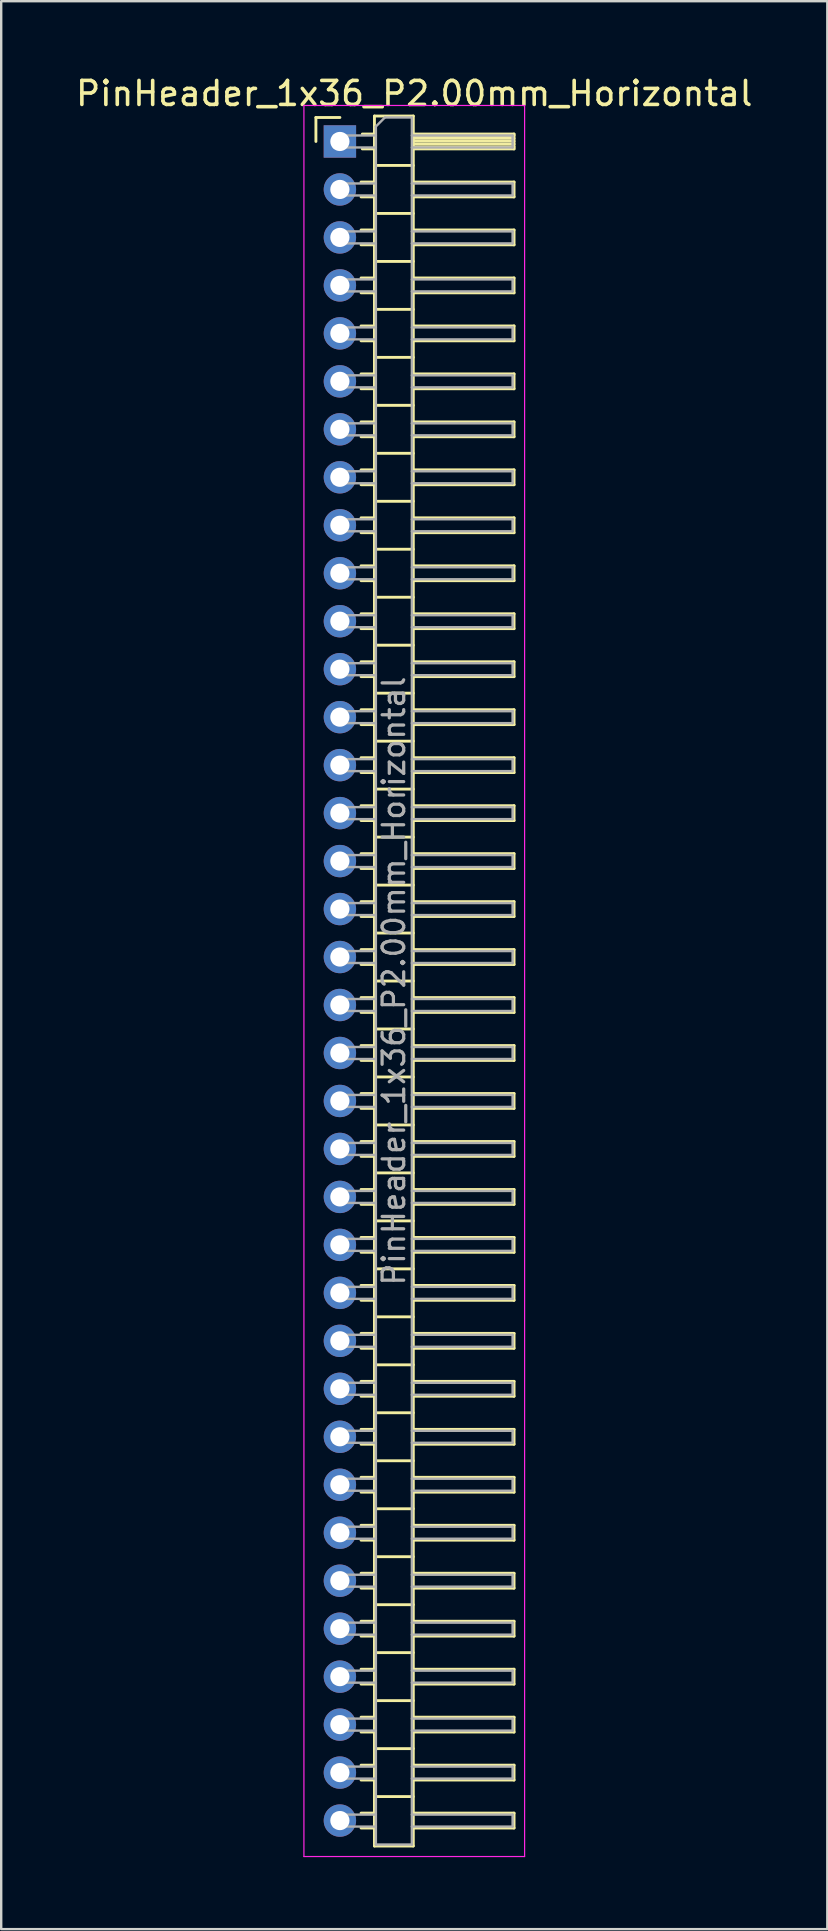
<source format=kicad_pcb>
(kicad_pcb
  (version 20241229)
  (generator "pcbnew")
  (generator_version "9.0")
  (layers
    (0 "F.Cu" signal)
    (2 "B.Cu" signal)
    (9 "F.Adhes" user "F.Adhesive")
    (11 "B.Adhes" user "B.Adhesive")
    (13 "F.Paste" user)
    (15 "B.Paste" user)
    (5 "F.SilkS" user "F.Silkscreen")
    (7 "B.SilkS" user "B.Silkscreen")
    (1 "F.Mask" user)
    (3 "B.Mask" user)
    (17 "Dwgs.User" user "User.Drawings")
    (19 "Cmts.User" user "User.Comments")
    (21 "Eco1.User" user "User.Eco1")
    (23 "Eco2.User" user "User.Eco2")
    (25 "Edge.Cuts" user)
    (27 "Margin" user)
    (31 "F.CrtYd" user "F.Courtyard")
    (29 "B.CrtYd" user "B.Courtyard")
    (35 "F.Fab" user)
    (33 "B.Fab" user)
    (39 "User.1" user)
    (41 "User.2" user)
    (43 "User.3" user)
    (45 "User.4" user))
  (footprint "PinHeader_1x36_P2.00mm_Horizontal"
    (layer "F.Cu")
    (at 11.12 2.848)
    (property "Reference" "PinHeader_1x36_P2.00mm_Horizontal" (at 3.1 -2 0) (layer "F.SilkS") (effects (font (size 1 1) (thickness 0.15))))
    (attr through_hole)
    (fp_line (start -1 -1) (end 0 -1) (stroke (width 0.12) (type solid)) (layer "F.SilkS"))
    (fp_line (start -1 0) (end -1 -1) (stroke (width 0.12) (type solid)) (layer "F.SilkS"))
    (fp_line (start 0.882 1.69) (end 1.44 1.69) (stroke (width 0.12) (type solid)) (layer "F.SilkS"))
    (fp_line (start 0.882 2.31) (end 1.44 2.31) (stroke (width 0.12) (type solid)) (layer "F.SilkS"))
    (fp_line (start 0.882 3.69) (end 1.44 3.69) (stroke (width 0.12) (type solid)) (layer "F.SilkS"))
    (fp_line (start 0.882 4.31) (end 1.44 4.31) (stroke (width 0.12) (type solid)) (layer "F.SilkS"))
    (fp_line (start 0.882 5.69) (end 1.44 5.69) (stroke (width 0.12) (type solid)) (layer "F.SilkS"))
    (fp_line (start 0.882 6.31) (end 1.44 6.31) (stroke (width 0.12) (type solid)) (layer "F.SilkS"))
    (fp_line (start 0.882 7.69) (end 1.44 7.69) (stroke (width 0.12) (type solid)) (layer "F.SilkS"))
    (fp_line (start 0.882 8.31) (end 1.44 8.31) (stroke (width 0.12) (type solid)) (layer "F.SilkS"))
    (fp_line (start 0.882 9.69) (end 1.44 9.69) (stroke (width 0.12) (type solid)) (layer "F.SilkS"))
    (fp_line (start 0.882 10.31) (end 1.44 10.31) (stroke (width 0.12) (type solid)) (layer "F.SilkS"))
    (fp_line (start 0.882 11.69) (end 1.44 11.69) (stroke (width 0.12) (type solid)) (layer "F.SilkS"))
    (fp_line (start 0.882 12.31) (end 1.44 12.31) (stroke (width 0.12) (type solid)) (layer "F.SilkS"))
    (fp_line (start 0.882 13.69) (end 1.44 13.69) (stroke (width 0.12) (type solid)) (layer "F.SilkS"))
    (fp_line (start 0.882 14.31) (end 1.44 14.31) (stroke (width 0.12) (type solid)) (layer "F.SilkS"))
    (fp_line (start 0.882 15.69) (end 1.44 15.69) (stroke (width 0.12) (type solid)) (layer "F.SilkS"))
    (fp_line (start 0.882 16.31) (end 1.44 16.31) (stroke (width 0.12) (type solid)) (layer "F.SilkS"))
    (fp_line (start 0.882 17.69) (end 1.44 17.69) (stroke (width 0.12) (type solid)) (layer "F.SilkS"))
    (fp_line (start 0.882 18.31) (end 1.44 18.31) (stroke (width 0.12) (type solid)) (layer "F.SilkS"))
    (fp_line (start 0.882 19.69) (end 1.44 19.69) (stroke (width 0.12) (type solid)) (layer "F.SilkS"))
    (fp_line (start 0.882 20.31) (end 1.44 20.31) (stroke (width 0.12) (type solid)) (layer "F.SilkS"))
    (fp_line (start 0.882 21.69) (end 1.44 21.69) (stroke (width 0.12) (type solid)) (layer "F.SilkS"))
    (fp_line (start 0.882 22.31) (end 1.44 22.31) (stroke (width 0.12) (type solid)) (layer "F.SilkS"))
    (fp_line (start 0.882 23.69) (end 1.44 23.69) (stroke (width 0.12) (type solid)) (layer "F.SilkS"))
    (fp_line (start 0.882 24.31) (end 1.44 24.31) (stroke (width 0.12) (type solid)) (layer "F.SilkS"))
    (fp_line (start 0.882 25.69) (end 1.44 25.69) (stroke (width 0.12) (type solid)) (layer "F.SilkS"))
    (fp_line (start 0.882 26.31) (end 1.44 26.31) (stroke (width 0.12) (type solid)) (layer "F.SilkS"))
    (fp_line (start 0.882 27.69) (end 1.44 27.69) (stroke (width 0.12) (type solid)) (layer "F.SilkS"))
    (fp_line (start 0.882 28.31) (end 1.44 28.31) (stroke (width 0.12) (type solid)) (layer "F.SilkS"))
    (fp_line (start 0.882 29.69) (end 1.44 29.69) (stroke (width 0.12) (type solid)) (layer "F.SilkS"))
    (fp_line (start 0.882 30.31) (end 1.44 30.31) (stroke (width 0.12) (type solid)) (layer "F.SilkS"))
    (fp_line (start 0.882 31.69) (end 1.44 31.69) (stroke (width 0.12) (type solid)) (layer "F.SilkS"))
    (fp_line (start 0.882 32.31) (end 1.44 32.31) (stroke (width 0.12) (type solid)) (layer "F.SilkS"))
    (fp_line (start 0.882 33.69) (end 1.44 33.69) (stroke (width 0.12) (type solid)) (layer "F.SilkS"))
    (fp_line (start 0.882 34.31) (end 1.44 34.31) (stroke (width 0.12) (type solid)) (layer "F.SilkS"))
    (fp_line (start 0.882 35.69) (end 1.44 35.69) (stroke (width 0.12) (type solid)) (layer "F.SilkS"))
    (fp_line (start 0.882 36.31) (end 1.44 36.31) (stroke (width 0.12) (type solid)) (layer "F.SilkS"))
    (fp_line (start 0.882 37.69) (end 1.44 37.69) (stroke (width 0.12) (type solid)) (layer "F.SilkS"))
    (fp_line (start 0.882 38.31) (end 1.44 38.31) (stroke (width 0.12) (type solid)) (layer "F.SilkS"))
    (fp_line (start 0.882 39.69) (end 1.44 39.69) (stroke (width 0.12) (type solid)) (layer "F.SilkS"))
    (fp_line (start 0.882 40.31) (end 1.44 40.31) (stroke (width 0.12) (type solid)) (layer "F.SilkS"))
    (fp_line (start 0.882 41.69) (end 1.44 41.69) (stroke (width 0.12) (type solid)) (layer "F.SilkS"))
    (fp_line (start 0.882 42.31) (end 1.44 42.31) (stroke (width 0.12) (type solid)) (layer "F.SilkS"))
    (fp_line (start 0.882 43.69) (end 1.44 43.69) (stroke (width 0.12) (type solid)) (layer "F.SilkS"))
    (fp_line (start 0.882 44.31) (end 1.44 44.31) (stroke (width 0.12) (type solid)) (layer "F.SilkS"))
    (fp_line (start 0.882 45.69) (end 1.44 45.69) (stroke (width 0.12) (type solid)) (layer "F.SilkS"))
    (fp_line (start 0.882 46.31) (end 1.44 46.31) (stroke (width 0.12) (type solid)) (layer "F.SilkS"))
    (fp_line (start 0.882 47.69) (end 1.44 47.69) (stroke (width 0.12) (type solid)) (layer "F.SilkS"))
    (fp_line (start 0.882 48.31) (end 1.44 48.31) (stroke (width 0.12) (type solid)) (layer "F.SilkS"))
    (fp_line (start 0.882 49.69) (end 1.44 49.69) (stroke (width 0.12) (type solid)) (layer "F.SilkS"))
    (fp_line (start 0.882 50.31) (end 1.44 50.31) (stroke (width 0.12) (type solid)) (layer "F.SilkS"))
    (fp_line (start 0.882 51.69) (end 1.44 51.69) (stroke (width 0.12) (type solid)) (layer "F.SilkS"))
    (fp_line (start 0.882 52.31) (end 1.44 52.31) (stroke (width 0.12) (type solid)) (layer "F.SilkS"))
    (fp_line (start 0.882 53.69) (end 1.44 53.69) (stroke (width 0.12) (type solid)) (layer "F.SilkS"))
    (fp_line (start 0.882 54.31) (end 1.44 54.31) (stroke (width 0.12) (type solid)) (layer "F.SilkS"))
    (fp_line (start 0.882 55.69) (end 1.44 55.69) (stroke (width 0.12) (type solid)) (layer "F.SilkS"))
    (fp_line (start 0.882 56.31) (end 1.44 56.31) (stroke (width 0.12) (type solid)) (layer "F.SilkS"))
    (fp_line (start 0.882 57.69) (end 1.44 57.69) (stroke (width 0.12) (type solid)) (layer "F.SilkS"))
    (fp_line (start 0.882 58.31) (end 1.44 58.31) (stroke (width 0.12) (type solid)) (layer "F.SilkS"))
    (fp_line (start 0.882 59.69) (end 1.44 59.69) (stroke (width 0.12) (type solid)) (layer "F.SilkS"))
    (fp_line (start 0.882 60.31) (end 1.44 60.31) (stroke (width 0.12) (type solid)) (layer "F.SilkS"))
    (fp_line (start 0.882 61.69) (end 1.44 61.69) (stroke (width 0.12) (type solid)) (layer "F.SilkS"))
    (fp_line (start 0.882 62.31) (end 1.44 62.31) (stroke (width 0.12) (type solid)) (layer "F.SilkS"))
    (fp_line (start 0.882 63.69) (end 1.44 63.69) (stroke (width 0.12) (type solid)) (layer "F.SilkS"))
    (fp_line (start 0.882 64.31) (end 1.44 64.31) (stroke (width 0.12) (type solid)) (layer "F.SilkS"))
    (fp_line (start 0.882 65.69) (end 1.44 65.69) (stroke (width 0.12) (type solid)) (layer "F.SilkS"))
    (fp_line (start 0.882 66.31) (end 1.44 66.31) (stroke (width 0.12) (type solid)) (layer "F.SilkS"))
    (fp_line (start 0.882 67.69) (end 1.44 67.69) (stroke (width 0.12) (type solid)) (layer "F.SilkS"))
    (fp_line (start 0.882 68.31) (end 1.44 68.31) (stroke (width 0.12) (type solid)) (layer "F.SilkS"))
    (fp_line (start 0.882 69.69) (end 1.44 69.69) (stroke (width 0.12) (type solid)) (layer "F.SilkS"))
    (fp_line (start 0.882 70.31) (end 1.44 70.31) (stroke (width 0.12) (type solid)) (layer "F.SilkS"))
    (fp_line (start 0.935 -0.31) (end 1.44 -0.31) (stroke (width 0.12) (type solid)) (layer "F.SilkS"))
    (fp_line (start 0.935 0.31) (end 1.44 0.31) (stroke (width 0.12) (type solid)) (layer "F.SilkS"))
    (fp_line (start 1.44 -1.06) (end 1.44 71.06) (stroke (width 0.12) (type solid)) (layer "F.SilkS"))
    (fp_line (start 1.44 1) (end 3.06 1) (stroke (width 0.12) (type solid)) (layer "F.SilkS"))
    (fp_line (start 1.44 3) (end 3.06 3) (stroke (width 0.12) (type solid)) (layer "F.SilkS"))
    (fp_line (start 1.44 5) (end 3.06 5) (stroke (width 0.12) (type solid)) (layer "F.SilkS"))
    (fp_line (start 1.44 7) (end 3.06 7) (stroke (width 0.12) (type solid)) (layer "F.SilkS"))
    (fp_line (start 1.44 9) (end 3.06 9) (stroke (width 0.12) (type solid)) (layer "F.SilkS"))
    (fp_line (start 1.44 11) (end 3.06 11) (stroke (width 0.12) (type solid)) (layer "F.SilkS"))
    (fp_line (start 1.44 13) (end 3.06 13) (stroke (width 0.12) (type solid)) (layer "F.SilkS"))
    (fp_line (start 1.44 15) (end 3.06 15) (stroke (width 0.12) (type solid)) (layer "F.SilkS"))
    (fp_line (start 1.44 17) (end 3.06 17) (stroke (width 0.12) (type solid)) (layer "F.SilkS"))
    (fp_line (start 1.44 19) (end 3.06 19) (stroke (width 0.12) (type solid)) (layer "F.SilkS"))
    (fp_line (start 1.44 21) (end 3.06 21) (stroke (width 0.12) (type solid)) (layer "F.SilkS"))
    (fp_line (start 1.44 23) (end 3.06 23) (stroke (width 0.12) (type solid)) (layer "F.SilkS"))
    (fp_line (start 1.44 25) (end 3.06 25) (stroke (width 0.12) (type solid)) (layer "F.SilkS"))
    (fp_line (start 1.44 27) (end 3.06 27) (stroke (width 0.12) (type solid)) (layer "F.SilkS"))
    (fp_line (start 1.44 29) (end 3.06 29) (stroke (width 0.12) (type solid)) (layer "F.SilkS"))
    (fp_line (start 1.44 31) (end 3.06 31) (stroke (width 0.12) (type solid)) (layer "F.SilkS"))
    (fp_line (start 1.44 33) (end 3.06 33) (stroke (width 0.12) (type solid)) (layer "F.SilkS"))
    (fp_line (start 1.44 35) (end 3.06 35) (stroke (width 0.12) (type solid)) (layer "F.SilkS"))
    (fp_line (start 1.44 37) (end 3.06 37) (stroke (width 0.12) (type solid)) (layer "F.SilkS"))
    (fp_line (start 1.44 39) (end 3.06 39) (stroke (width 0.12) (type solid)) (layer "F.SilkS"))
    (fp_line (start 1.44 41) (end 3.06 41) (stroke (width 0.12) (type solid)) (layer "F.SilkS"))
    (fp_line (start 1.44 43) (end 3.06 43) (stroke (width 0.12) (type solid)) (layer "F.SilkS"))
    (fp_line (start 1.44 45) (end 3.06 45) (stroke (width 0.12) (type solid)) (layer "F.SilkS"))
    (fp_line (start 1.44 47) (end 3.06 47) (stroke (width 0.12) (type solid)) (layer "F.SilkS"))
    (fp_line (start 1.44 49) (end 3.06 49) (stroke (width 0.12) (type solid)) (layer "F.SilkS"))
    (fp_line (start 1.44 51) (end 3.06 51) (stroke (width 0.12) (type solid)) (layer "F.SilkS"))
    (fp_line (start 1.44 53) (end 3.06 53) (stroke (width 0.12) (type solid)) (layer "F.SilkS"))
    (fp_line (start 1.44 55) (end 3.06 55) (stroke (width 0.12) (type solid)) (layer "F.SilkS"))
    (fp_line (start 1.44 57) (end 3.06 57) (stroke (width 0.12) (type solid)) (layer "F.SilkS"))
    (fp_line (start 1.44 59) (end 3.06 59) (stroke (width 0.12) (type solid)) (layer "F.SilkS"))
    (fp_line (start 1.44 61) (end 3.06 61) (stroke (width 0.12) (type solid)) (layer "F.SilkS"))
    (fp_line (start 1.44 63) (end 3.06 63) (stroke (width 0.12) (type solid)) (layer "F.SilkS"))
    (fp_line (start 1.44 65) (end 3.06 65) (stroke (width 0.12) (type solid)) (layer "F.SilkS"))
    (fp_line (start 1.44 67) (end 3.06 67) (stroke (width 0.12) (type solid)) (layer "F.SilkS"))
    (fp_line (start 1.44 69) (end 3.06 69) (stroke (width 0.12) (type solid)) (layer "F.SilkS"))
    (fp_line (start 1.44 71.06) (end 3.06 71.06) (stroke (width 0.12) (type solid)) (layer "F.SilkS"))
    (fp_line (start 3.06 -1.06) (end 1.44 -1.06) (stroke (width 0.12) (type solid)) (layer "F.SilkS"))
    (fp_line (start 3.06 -0.31) (end 7.26 -0.31) (stroke (width 0.12) (type solid)) (layer "F.SilkS"))
    (fp_line (start 3.06 -0.25) (end 7.26 -0.25) (stroke (width 0.12) (type solid)) (layer "F.SilkS"))
    (fp_line (start 3.06 -0.13) (end 7.26 -0.13) (stroke (width 0.12) (type solid)) (layer "F.SilkS"))
    (fp_line (start 3.06 -0.01) (end 7.26 -0.01) (stroke (width 0.12) (type solid)) (layer "F.SilkS"))
    (fp_line (start 3.06 0.11) (end 7.26 0.11) (stroke (width 0.12) (type solid)) (layer "F.SilkS"))
    (fp_line (start 3.06 0.23) (end 7.26 0.23) (stroke (width 0.12) (type solid)) (layer "F.SilkS"))
    (fp_line (start 3.06 1.69) (end 7.26 1.69) (stroke (width 0.12) (type solid)) (layer "F.SilkS"))
    (fp_line (start 3.06 3.69) (end 7.26 3.69) (stroke (width 0.12) (type solid)) (layer "F.SilkS"))
    (fp_line (start 3.06 5.69) (end 7.26 5.69) (stroke (width 0.12) (type solid)) (layer "F.SilkS"))
    (fp_line (start 3.06 7.69) (end 7.26 7.69) (stroke (width 0.12) (type solid)) (layer "F.SilkS"))
    (fp_line (start 3.06 9.69) (end 7.26 9.69) (stroke (width 0.12) (type solid)) (layer "F.SilkS"))
    (fp_line (start 3.06 11.69) (end 7.26 11.69) (stroke (width 0.12) (type solid)) (layer "F.SilkS"))
    (fp_line (start 3.06 13.69) (end 7.26 13.69) (stroke (width 0.12) (type solid)) (layer "F.SilkS"))
    (fp_line (start 3.06 15.69) (end 7.26 15.69) (stroke (width 0.12) (type solid)) (layer "F.SilkS"))
    (fp_line (start 3.06 17.69) (end 7.26 17.69) (stroke (width 0.12) (type solid)) (layer "F.SilkS"))
    (fp_line (start 3.06 19.69) (end 7.26 19.69) (stroke (width 0.12) (type solid)) (layer "F.SilkS"))
    (fp_line (start 3.06 21.69) (end 7.26 21.69) (stroke (width 0.12) (type solid)) (layer "F.SilkS"))
    (fp_line (start 3.06 23.69) (end 7.26 23.69) (stroke (width 0.12) (type solid)) (layer "F.SilkS"))
    (fp_line (start 3.06 25.69) (end 7.26 25.69) (stroke (width 0.12) (type solid)) (layer "F.SilkS"))
    (fp_line (start 3.06 27.69) (end 7.26 27.69) (stroke (width 0.12) (type solid)) (layer "F.SilkS"))
    (fp_line (start 3.06 29.69) (end 7.26 29.69) (stroke (width 0.12) (type solid)) (layer "F.SilkS"))
    (fp_line (start 3.06 31.69) (end 7.26 31.69) (stroke (width 0.12) (type solid)) (layer "F.SilkS"))
    (fp_line (start 3.06 33.69) (end 7.26 33.69) (stroke (width 0.12) (type solid)) (layer "F.SilkS"))
    (fp_line (start 3.06 35.69) (end 7.26 35.69) (stroke (width 0.12) (type solid)) (layer "F.SilkS"))
    (fp_line (start 3.06 37.69) (end 7.26 37.69) (stroke (width 0.12) (type solid)) (layer "F.SilkS"))
    (fp_line (start 3.06 39.69) (end 7.26 39.69) (stroke (width 0.12) (type solid)) (layer "F.SilkS"))
    (fp_line (start 3.06 41.69) (end 7.26 41.69) (stroke (width 0.12) (type solid)) (layer "F.SilkS"))
    (fp_line (start 3.06 43.69) (end 7.26 43.69) (stroke (width 0.12) (type solid)) (layer "F.SilkS"))
    (fp_line (start 3.06 45.69) (end 7.26 45.69) (stroke (width 0.12) (type solid)) (layer "F.SilkS"))
    (fp_line (start 3.06 47.69) (end 7.26 47.69) (stroke (width 0.12) (type solid)) (layer "F.SilkS"))
    (fp_line (start 3.06 49.69) (end 7.26 49.69) (stroke (width 0.12) (type solid)) (layer "F.SilkS"))
    (fp_line (start 3.06 51.69) (end 7.26 51.69) (stroke (width 0.12) (type solid)) (layer "F.SilkS"))
    (fp_line (start 3.06 53.69) (end 7.26 53.69) (stroke (width 0.12) (type solid)) (layer "F.SilkS"))
    (fp_line (start 3.06 55.69) (end 7.26 55.69) (stroke (width 0.12) (type solid)) (layer "F.SilkS"))
    (fp_line (start 3.06 57.69) (end 7.26 57.69) (stroke (width 0.12) (type solid)) (layer "F.SilkS"))
    (fp_line (start 3.06 59.69) (end 7.26 59.69) (stroke (width 0.12) (type solid)) (layer "F.SilkS"))
    (fp_line (start 3.06 61.69) (end 7.26 61.69) (stroke (width 0.12) (type solid)) (layer "F.SilkS"))
    (fp_line (start 3.06 63.69) (end 7.26 63.69) (stroke (width 0.12) (type solid)) (layer "F.SilkS"))
    (fp_line (start 3.06 65.69) (end 7.26 65.69) (stroke (width 0.12) (type solid)) (layer "F.SilkS"))
    (fp_line (start 3.06 67.69) (end 7.26 67.69) (stroke (width 0.12) (type solid)) (layer "F.SilkS"))
    (fp_line (start 3.06 69.69) (end 7.26 69.69) (stroke (width 0.12) (type solid)) (layer "F.SilkS"))
    (fp_line (start 3.06 71.06) (end 3.06 -1.06) (stroke (width 0.12) (type solid)) (layer "F.SilkS"))
    (fp_line (start 7.26 -0.31) (end 7.26 0.31) (stroke (width 0.12) (type solid)) (layer "F.SilkS"))
    (fp_line (start 7.26 0.31) (end 3.06 0.31) (stroke (width 0.12) (type solid)) (layer "F.SilkS"))
    (fp_line (start 7.26 1.69) (end 7.26 2.31) (stroke (width 0.12) (type solid)) (layer "F.SilkS"))
    (fp_line (start 7.26 2.31) (end 3.06 2.31) (stroke (width 0.12) (type solid)) (layer "F.SilkS"))
    (fp_line (start 7.26 3.69) (end 7.26 4.31) (stroke (width 0.12) (type solid)) (layer "F.SilkS"))
    (fp_line (start 7.26 4.31) (end 3.06 4.31) (stroke (width 0.12) (type solid)) (layer "F.SilkS"))
    (fp_line (start 7.26 5.69) (end 7.26 6.31) (stroke (width 0.12) (type solid)) (layer "F.SilkS"))
    (fp_line (start 7.26 6.31) (end 3.06 6.31) (stroke (width 0.12) (type solid)) (layer "F.SilkS"))
    (fp_line (start 7.26 7.69) (end 7.26 8.31) (stroke (width 0.12) (type solid)) (layer "F.SilkS"))
    (fp_line (start 7.26 8.31) (end 3.06 8.31) (stroke (width 0.12) (type solid)) (layer "F.SilkS"))
    (fp_line (start 7.26 9.69) (end 7.26 10.31) (stroke (width 0.12) (type solid)) (layer "F.SilkS"))
    (fp_line (start 7.26 10.31) (end 3.06 10.31) (stroke (width 0.12) (type solid)) (layer "F.SilkS"))
    (fp_line (start 7.26 11.69) (end 7.26 12.31) (stroke (width 0.12) (type solid)) (layer "F.SilkS"))
    (fp_line (start 7.26 12.31) (end 3.06 12.31) (stroke (width 0.12) (type solid)) (layer "F.SilkS"))
    (fp_line (start 7.26 13.69) (end 7.26 14.31) (stroke (width 0.12) (type solid)) (layer "F.SilkS"))
    (fp_line (start 7.26 14.31) (end 3.06 14.31) (stroke (width 0.12) (type solid)) (layer "F.SilkS"))
    (fp_line (start 7.26 15.69) (end 7.26 16.31) (stroke (width 0.12) (type solid)) (layer "F.SilkS"))
    (fp_line (start 7.26 16.31) (end 3.06 16.31) (stroke (width 0.12) (type solid)) (layer "F.SilkS"))
    (fp_line (start 7.26 17.69) (end 7.26 18.31) (stroke (width 0.12) (type solid)) (layer "F.SilkS"))
    (fp_line (start 7.26 18.31) (end 3.06 18.31) (stroke (width 0.12) (type solid)) (layer "F.SilkS"))
    (fp_line (start 7.26 19.69) (end 7.26 20.31) (stroke (width 0.12) (type solid)) (layer "F.SilkS"))
    (fp_line (start 7.26 20.31) (end 3.06 20.31) (stroke (width 0.12) (type solid)) (layer "F.SilkS"))
    (fp_line (start 7.26 21.69) (end 7.26 22.31) (stroke (width 0.12) (type solid)) (layer "F.SilkS"))
    (fp_line (start 7.26 22.31) (end 3.06 22.31) (stroke (width 0.12) (type solid)) (layer "F.SilkS"))
    (fp_line (start 7.26 23.69) (end 7.26 24.31) (stroke (width 0.12) (type solid)) (layer "F.SilkS"))
    (fp_line (start 7.26 24.31) (end 3.06 24.31) (stroke (width 0.12) (type solid)) (layer "F.SilkS"))
    (fp_line (start 7.26 25.69) (end 7.26 26.31) (stroke (width 0.12) (type solid)) (layer "F.SilkS"))
    (fp_line (start 7.26 26.31) (end 3.06 26.31) (stroke (width 0.12) (type solid)) (layer "F.SilkS"))
    (fp_line (start 7.26 27.69) (end 7.26 28.31) (stroke (width 0.12) (type solid)) (layer "F.SilkS"))
    (fp_line (start 7.26 28.31) (end 3.06 28.31) (stroke (width 0.12) (type solid)) (layer "F.SilkS"))
    (fp_line (start 7.26 29.69) (end 7.26 30.31) (stroke (width 0.12) (type solid)) (layer "F.SilkS"))
    (fp_line (start 7.26 30.31) (end 3.06 30.31) (stroke (width 0.12) (type solid)) (layer "F.SilkS"))
    (fp_line (start 7.26 31.69) (end 7.26 32.31) (stroke (width 0.12) (type solid)) (layer "F.SilkS"))
    (fp_line (start 7.26 32.31) (end 3.06 32.31) (stroke (width 0.12) (type solid)) (layer "F.SilkS"))
    (fp_line (start 7.26 33.69) (end 7.26 34.31) (stroke (width 0.12) (type solid)) (layer "F.SilkS"))
    (fp_line (start 7.26 34.31) (end 3.06 34.31) (stroke (width 0.12) (type solid)) (layer "F.SilkS"))
    (fp_line (start 7.26 35.69) (end 7.26 36.31) (stroke (width 0.12) (type solid)) (layer "F.SilkS"))
    (fp_line (start 7.26 36.31) (end 3.06 36.31) (stroke (width 0.12) (type solid)) (layer "F.SilkS"))
    (fp_line (start 7.26 37.69) (end 7.26 38.31) (stroke (width 0.12) (type solid)) (layer "F.SilkS"))
    (fp_line (start 7.26 38.31) (end 3.06 38.31) (stroke (width 0.12) (type solid)) (layer "F.SilkS"))
    (fp_line (start 7.26 39.69) (end 7.26 40.31) (stroke (width 0.12) (type solid)) (layer "F.SilkS"))
    (fp_line (start 7.26 40.31) (end 3.06 40.31) (stroke (width 0.12) (type solid)) (layer "F.SilkS"))
    (fp_line (start 7.26 41.69) (end 7.26 42.31) (stroke (width 0.12) (type solid)) (layer "F.SilkS"))
    (fp_line (start 7.26 42.31) (end 3.06 42.31) (stroke (width 0.12) (type solid)) (layer "F.SilkS"))
    (fp_line (start 7.26 43.69) (end 7.26 44.31) (stroke (width 0.12) (type solid)) (layer "F.SilkS"))
    (fp_line (start 7.26 44.31) (end 3.06 44.31) (stroke (width 0.12) (type solid)) (layer "F.SilkS"))
    (fp_line (start 7.26 45.69) (end 7.26 46.31) (stroke (width 0.12) (type solid)) (layer "F.SilkS"))
    (fp_line (start 7.26 46.31) (end 3.06 46.31) (stroke (width 0.12) (type solid)) (layer "F.SilkS"))
    (fp_line (start 7.26 47.69) (end 7.26 48.31) (stroke (width 0.12) (type solid)) (layer "F.SilkS"))
    (fp_line (start 7.26 48.31) (end 3.06 48.31) (stroke (width 0.12) (type solid)) (layer "F.SilkS"))
    (fp_line (start 7.26 49.69) (end 7.26 50.31) (stroke (width 0.12) (type solid)) (layer "F.SilkS"))
    (fp_line (start 7.26 50.31) (end 3.06 50.31) (stroke (width 0.12) (type solid)) (layer "F.SilkS"))
    (fp_line (start 7.26 51.69) (end 7.26 52.31) (stroke (width 0.12) (type solid)) (layer "F.SilkS"))
    (fp_line (start 7.26 52.31) (end 3.06 52.31) (stroke (width 0.12) (type solid)) (layer "F.SilkS"))
    (fp_line (start 7.26 53.69) (end 7.26 54.31) (stroke (width 0.12) (type solid)) (layer "F.SilkS"))
    (fp_line (start 7.26 54.31) (end 3.06 54.31) (stroke (width 0.12) (type solid)) (layer "F.SilkS"))
    (fp_line (start 7.26 55.69) (end 7.26 56.31) (stroke (width 0.12) (type solid)) (layer "F.SilkS"))
    (fp_line (start 7.26 56.31) (end 3.06 56.31) (stroke (width 0.12) (type solid)) (layer "F.SilkS"))
    (fp_line (start 7.26 57.69) (end 7.26 58.31) (stroke (width 0.12) (type solid)) (layer "F.SilkS"))
    (fp_line (start 7.26 58.31) (end 3.06 58.31) (stroke (width 0.12) (type solid)) (layer "F.SilkS"))
    (fp_line (start 7.26 59.69) (end 7.26 60.31) (stroke (width 0.12) (type solid)) (layer "F.SilkS"))
    (fp_line (start 7.26 60.31) (end 3.06 60.31) (stroke (width 0.12) (type solid)) (layer "F.SilkS"))
    (fp_line (start 7.26 61.69) (end 7.26 62.31) (stroke (width 0.12) (type solid)) (layer "F.SilkS"))
    (fp_line (start 7.26 62.31) (end 3.06 62.31) (stroke (width 0.12) (type solid)) (layer "F.SilkS"))
    (fp_line (start 7.26 63.69) (end 7.26 64.31) (stroke (width 0.12) (type solid)) (layer "F.SilkS"))
    (fp_line (start 7.26 64.31) (end 3.06 64.31) (stroke (width 0.12) (type solid)) (layer "F.SilkS"))
    (fp_line (start 7.26 65.69) (end 7.26 66.31) (stroke (width 0.12) (type solid)) (layer "F.SilkS"))
    (fp_line (start 7.26 66.31) (end 3.06 66.31) (stroke (width 0.12) (type solid)) (layer "F.SilkS"))
    (fp_line (start 7.26 67.69) (end 7.26 68.31) (stroke (width 0.12) (type solid)) (layer "F.SilkS"))
    (fp_line (start 7.26 68.31) (end 3.06 68.31) (stroke (width 0.12) (type solid)) (layer "F.SilkS"))
    (fp_line (start 7.26 69.69) (end 7.26 70.31) (stroke (width 0.12) (type solid)) (layer "F.SilkS"))
    (fp_line (start 7.26 70.31) (end 3.06 70.31) (stroke (width 0.12) (type solid)) (layer "F.SilkS"))
    (fp_line (start -1.5 -1.5) (end -1.5 71.5) (stroke (width 0.05) (type solid)) (layer "F.CrtYd"))
    (fp_line (start -1.5 71.5) (end 7.7 71.5) (stroke (width 0.05) (type solid)) (layer "F.CrtYd"))
    (fp_line (start 7.7 -1.5) (end -1.5 -1.5) (stroke (width 0.05) (type solid)) (layer "F.CrtYd"))
    (fp_line (start 7.7 71.5) (end 7.7 -1.5) (stroke (width 0.05) (type solid)) (layer "F.CrtYd"))
    (fp_line (start -0.25 -0.25) (end -0.25 0.25) (stroke (width 0.1) (type solid)) (layer "F.Fab"))
    (fp_line (start -0.25 -0.25) (end 1.5 -0.25) (stroke (width 0.1) (type solid)) (layer "F.Fab"))
    (fp_line (start -0.25 0.25) (end 1.5 0.25) (stroke (width 0.1) (type solid)) (layer "F.Fab"))
    (fp_line (start -0.25 1.75) (end -0.25 2.25) (stroke (width 0.1) (type solid)) (layer "F.Fab"))
    (fp_line (start -0.25 1.75) (end 1.5 1.75) (stroke (width 0.1) (type solid)) (layer "F.Fab"))
    (fp_line (start -0.25 2.25) (end 1.5 2.25) (stroke (width 0.1) (type solid)) (layer "F.Fab"))
    (fp_line (start -0.25 3.75) (end -0.25 4.25) (stroke (width 0.1) (type solid)) (layer "F.Fab"))
    (fp_line (start -0.25 3.75) (end 1.5 3.75) (stroke (width 0.1) (type solid)) (layer "F.Fab"))
    (fp_line (start -0.25 4.25) (end 1.5 4.25) (stroke (width 0.1) (type solid)) (layer "F.Fab"))
    (fp_line (start -0.25 5.75) (end -0.25 6.25) (stroke (width 0.1) (type solid)) (layer "F.Fab"))
    (fp_line (start -0.25 5.75) (end 1.5 5.75) (stroke (width 0.1) (type solid)) (layer "F.Fab"))
    (fp_line (start -0.25 6.25) (end 1.5 6.25) (stroke (width 0.1) (type solid)) (layer "F.Fab"))
    (fp_line (start -0.25 7.75) (end -0.25 8.25) (stroke (width 0.1) (type solid)) (layer "F.Fab"))
    (fp_line (start -0.25 7.75) (end 1.5 7.75) (stroke (width 0.1) (type solid)) (layer "F.Fab"))
    (fp_line (start -0.25 8.25) (end 1.5 8.25) (stroke (width 0.1) (type solid)) (layer "F.Fab"))
    (fp_line (start -0.25 9.75) (end -0.25 10.25) (stroke (width 0.1) (type solid)) (layer "F.Fab"))
    (fp_line (start -0.25 9.75) (end 1.5 9.75) (stroke (width 0.1) (type solid)) (layer "F.Fab"))
    (fp_line (start -0.25 10.25) (end 1.5 10.25) (stroke (width 0.1) (type solid)) (layer "F.Fab"))
    (fp_line (start -0.25 11.75) (end -0.25 12.25) (stroke (width 0.1) (type solid)) (layer "F.Fab"))
    (fp_line (start -0.25 11.75) (end 1.5 11.75) (stroke (width 0.1) (type solid)) (layer "F.Fab"))
    (fp_line (start -0.25 12.25) (end 1.5 12.25) (stroke (width 0.1) (type solid)) (layer "F.Fab"))
    (fp_line (start -0.25 13.75) (end -0.25 14.25) (stroke (width 0.1) (type solid)) (layer "F.Fab"))
    (fp_line (start -0.25 13.75) (end 1.5 13.75) (stroke (width 0.1) (type solid)) (layer "F.Fab"))
    (fp_line (start -0.25 14.25) (end 1.5 14.25) (stroke (width 0.1) (type solid)) (layer "F.Fab"))
    (fp_line (start -0.25 15.75) (end -0.25 16.25) (stroke (width 0.1) (type solid)) (layer "F.Fab"))
    (fp_line (start -0.25 15.75) (end 1.5 15.75) (stroke (width 0.1) (type solid)) (layer "F.Fab"))
    (fp_line (start -0.25 16.25) (end 1.5 16.25) (stroke (width 0.1) (type solid)) (layer "F.Fab"))
    (fp_line (start -0.25 17.75) (end -0.25 18.25) (stroke (width 0.1) (type solid)) (layer "F.Fab"))
    (fp_line (start -0.25 17.75) (end 1.5 17.75) (stroke (width 0.1) (type solid)) (layer "F.Fab"))
    (fp_line (start -0.25 18.25) (end 1.5 18.25) (stroke (width 0.1) (type solid)) (layer "F.Fab"))
    (fp_line (start -0.25 19.75) (end -0.25 20.25) (stroke (width 0.1) (type solid)) (layer "F.Fab"))
    (fp_line (start -0.25 19.75) (end 1.5 19.75) (stroke (width 0.1) (type solid)) (layer "F.Fab"))
    (fp_line (start -0.25 20.25) (end 1.5 20.25) (stroke (width 0.1) (type solid)) (layer "F.Fab"))
    (fp_line (start -0.25 21.75) (end -0.25 22.25) (stroke (width 0.1) (type solid)) (layer "F.Fab"))
    (fp_line (start -0.25 21.75) (end 1.5 21.75) (stroke (width 0.1) (type solid)) (layer "F.Fab"))
    (fp_line (start -0.25 22.25) (end 1.5 22.25) (stroke (width 0.1) (type solid)) (layer "F.Fab"))
    (fp_line (start -0.25 23.75) (end -0.25 24.25) (stroke (width 0.1) (type solid)) (layer "F.Fab"))
    (fp_line (start -0.25 23.75) (end 1.5 23.75) (stroke (width 0.1) (type solid)) (layer "F.Fab"))
    (fp_line (start -0.25 24.25) (end 1.5 24.25) (stroke (width 0.1) (type solid)) (layer "F.Fab"))
    (fp_line (start -0.25 25.75) (end -0.25 26.25) (stroke (width 0.1) (type solid)) (layer "F.Fab"))
    (fp_line (start -0.25 25.75) (end 1.5 25.75) (stroke (width 0.1) (type solid)) (layer "F.Fab"))
    (fp_line (start -0.25 26.25) (end 1.5 26.25) (stroke (width 0.1) (type solid)) (layer "F.Fab"))
    (fp_line (start -0.25 27.75) (end -0.25 28.25) (stroke (width 0.1) (type solid)) (layer "F.Fab"))
    (fp_line (start -0.25 27.75) (end 1.5 27.75) (stroke (width 0.1) (type solid)) (layer "F.Fab"))
    (fp_line (start -0.25 28.25) (end 1.5 28.25) (stroke (width 0.1) (type solid)) (layer "F.Fab"))
    (fp_line (start -0.25 29.75) (end -0.25 30.25) (stroke (width 0.1) (type solid)) (layer "F.Fab"))
    (fp_line (start -0.25 29.75) (end 1.5 29.75) (stroke (width 0.1) (type solid)) (layer "F.Fab"))
    (fp_line (start -0.25 30.25) (end 1.5 30.25) (stroke (width 0.1) (type solid)) (layer "F.Fab"))
    (fp_line (start -0.25 31.75) (end -0.25 32.25) (stroke (width 0.1) (type solid)) (layer "F.Fab"))
    (fp_line (start -0.25 31.75) (end 1.5 31.75) (stroke (width 0.1) (type solid)) (layer "F.Fab"))
    (fp_line (start -0.25 32.25) (end 1.5 32.25) (stroke (width 0.1) (type solid)) (layer "F.Fab"))
    (fp_line (start -0.25 33.75) (end -0.25 34.25) (stroke (width 0.1) (type solid)) (layer "F.Fab"))
    (fp_line (start -0.25 33.75) (end 1.5 33.75) (stroke (width 0.1) (type solid)) (layer "F.Fab"))
    (fp_line (start -0.25 34.25) (end 1.5 34.25) (stroke (width 0.1) (type solid)) (layer "F.Fab"))
    (fp_line (start -0.25 35.75) (end -0.25 36.25) (stroke (width 0.1) (type solid)) (layer "F.Fab"))
    (fp_line (start -0.25 35.75) (end 1.5 35.75) (stroke (width 0.1) (type solid)) (layer "F.Fab"))
    (fp_line (start -0.25 36.25) (end 1.5 36.25) (stroke (width 0.1) (type solid)) (layer "F.Fab"))
    (fp_line (start -0.25 37.75) (end -0.25 38.25) (stroke (width 0.1) (type solid)) (layer "F.Fab"))
    (fp_line (start -0.25 37.75) (end 1.5 37.75) (stroke (width 0.1) (type solid)) (layer "F.Fab"))
    (fp_line (start -0.25 38.25) (end 1.5 38.25) (stroke (width 0.1) (type solid)) (layer "F.Fab"))
    (fp_line (start -0.25 39.75) (end -0.25 40.25) (stroke (width 0.1) (type solid)) (layer "F.Fab"))
    (fp_line (start -0.25 39.75) (end 1.5 39.75) (stroke (width 0.1) (type solid)) (layer "F.Fab"))
    (fp_line (start -0.25 40.25) (end 1.5 40.25) (stroke (width 0.1) (type solid)) (layer "F.Fab"))
    (fp_line (start -0.25 41.75) (end -0.25 42.25) (stroke (width 0.1) (type solid)) (layer "F.Fab"))
    (fp_line (start -0.25 41.75) (end 1.5 41.75) (stroke (width 0.1) (type solid)) (layer "F.Fab"))
    (fp_line (start -0.25 42.25) (end 1.5 42.25) (stroke (width 0.1) (type solid)) (layer "F.Fab"))
    (fp_line (start -0.25 43.75) (end -0.25 44.25) (stroke (width 0.1) (type solid)) (layer "F.Fab"))
    (fp_line (start -0.25 43.75) (end 1.5 43.75) (stroke (width 0.1) (type solid)) (layer "F.Fab"))
    (fp_line (start -0.25 44.25) (end 1.5 44.25) (stroke (width 0.1) (type solid)) (layer "F.Fab"))
    (fp_line (start -0.25 45.75) (end -0.25 46.25) (stroke (width 0.1) (type solid)) (layer "F.Fab"))
    (fp_line (start -0.25 45.75) (end 1.5 45.75) (stroke (width 0.1) (type solid)) (layer "F.Fab"))
    (fp_line (start -0.25 46.25) (end 1.5 46.25) (stroke (width 0.1) (type solid)) (layer "F.Fab"))
    (fp_line (start -0.25 47.75) (end -0.25 48.25) (stroke (width 0.1) (type solid)) (layer "F.Fab"))
    (fp_line (start -0.25 47.75) (end 1.5 47.75) (stroke (width 0.1) (type solid)) (layer "F.Fab"))
    (fp_line (start -0.25 48.25) (end 1.5 48.25) (stroke (width 0.1) (type solid)) (layer "F.Fab"))
    (fp_line (start -0.25 49.75) (end -0.25 50.25) (stroke (width 0.1) (type solid)) (layer "F.Fab"))
    (fp_line (start -0.25 49.75) (end 1.5 49.75) (stroke (width 0.1) (type solid)) (layer "F.Fab"))
    (fp_line (start -0.25 50.25) (end 1.5 50.25) (stroke (width 0.1) (type solid)) (layer "F.Fab"))
    (fp_line (start -0.25 51.75) (end -0.25 52.25) (stroke (width 0.1) (type solid)) (layer "F.Fab"))
    (fp_line (start -0.25 51.75) (end 1.5 51.75) (stroke (width 0.1) (type solid)) (layer "F.Fab"))
    (fp_line (start -0.25 52.25) (end 1.5 52.25) (stroke (width 0.1) (type solid)) (layer "F.Fab"))
    (fp_line (start -0.25 53.75) (end -0.25 54.25) (stroke (width 0.1) (type solid)) (layer "F.Fab"))
    (fp_line (start -0.25 53.75) (end 1.5 53.75) (stroke (width 0.1) (type solid)) (layer "F.Fab"))
    (fp_line (start -0.25 54.25) (end 1.5 54.25) (stroke (width 0.1) (type solid)) (layer "F.Fab"))
    (fp_line (start -0.25 55.75) (end -0.25 56.25) (stroke (width 0.1) (type solid)) (layer "F.Fab"))
    (fp_line (start -0.25 55.75) (end 1.5 55.75) (stroke (width 0.1) (type solid)) (layer "F.Fab"))
    (fp_line (start -0.25 56.25) (end 1.5 56.25) (stroke (width 0.1) (type solid)) (layer "F.Fab"))
    (fp_line (start -0.25 57.75) (end -0.25 58.25) (stroke (width 0.1) (type solid)) (layer "F.Fab"))
    (fp_line (start -0.25 57.75) (end 1.5 57.75) (stroke (width 0.1) (type solid)) (layer "F.Fab"))
    (fp_line (start -0.25 58.25) (end 1.5 58.25) (stroke (width 0.1) (type solid)) (layer "F.Fab"))
    (fp_line (start -0.25 59.75) (end -0.25 60.25) (stroke (width 0.1) (type solid)) (layer "F.Fab"))
    (fp_line (start -0.25 59.75) (end 1.5 59.75) (stroke (width 0.1) (type solid)) (layer "F.Fab"))
    (fp_line (start -0.25 60.25) (end 1.5 60.25) (stroke (width 0.1) (type solid)) (layer "F.Fab"))
    (fp_line (start -0.25 61.75) (end -0.25 62.25) (stroke (width 0.1) (type solid)) (layer "F.Fab"))
    (fp_line (start -0.25 61.75) (end 1.5 61.75) (stroke (width 0.1) (type solid)) (layer "F.Fab"))
    (fp_line (start -0.25 62.25) (end 1.5 62.25) (stroke (width 0.1) (type solid)) (layer "F.Fab"))
    (fp_line (start -0.25 63.75) (end -0.25 64.25) (stroke (width 0.1) (type solid)) (layer "F.Fab"))
    (fp_line (start -0.25 63.75) (end 1.5 63.75) (stroke (width 0.1) (type solid)) (layer "F.Fab"))
    (fp_line (start -0.25 64.25) (end 1.5 64.25) (stroke (width 0.1) (type solid)) (layer "F.Fab"))
    (fp_line (start -0.25 65.75) (end -0.25 66.25) (stroke (width 0.1) (type solid)) (layer "F.Fab"))
    (fp_line (start -0.25 65.75) (end 1.5 65.75) (stroke (width 0.1) (type solid)) (layer "F.Fab"))
    (fp_line (start -0.25 66.25) (end 1.5 66.25) (stroke (width 0.1) (type solid)) (layer "F.Fab"))
    (fp_line (start -0.25 67.75) (end -0.25 68.25) (stroke (width 0.1) (type solid)) (layer "F.Fab"))
    (fp_line (start -0.25 67.75) (end 1.5 67.75) (stroke (width 0.1) (type solid)) (layer "F.Fab"))
    (fp_line (start -0.25 68.25) (end 1.5 68.25) (stroke (width 0.1) (type solid)) (layer "F.Fab"))
    (fp_line (start -0.25 69.75) (end -0.25 70.25) (stroke (width 0.1) (type solid)) (layer "F.Fab"))
    (fp_line (start -0.25 69.75) (end 1.5 69.75) (stroke (width 0.1) (type solid)) (layer "F.Fab"))
    (fp_line (start -0.25 70.25) (end 1.5 70.25) (stroke (width 0.1) (type solid)) (layer "F.Fab"))
    (fp_line (start 1.5 -0.625) (end 1.875 -1) (stroke (width 0.1) (type solid)) (layer "F.Fab"))
    (fp_line (start 1.5 71) (end 1.5 -0.625) (stroke (width 0.1) (type solid)) (layer "F.Fab"))
    (fp_line (start 1.875 -1) (end 3 -1) (stroke (width 0.1) (type solid)) (layer "F.Fab"))
    (fp_line (start 3 -1) (end 3 71) (stroke (width 0.1) (type solid)) (layer "F.Fab"))
    (fp_line (start 3 -0.25) (end 7.2 -0.25) (stroke (width 0.1) (type solid)) (layer "F.Fab"))
    (fp_line (start 3 0.25) (end 7.2 0.25) (stroke (width 0.1) (type solid)) (layer "F.Fab"))
    (fp_line (start 3 1.75) (end 7.2 1.75) (stroke (width 0.1) (type solid)) (layer "F.Fab"))
    (fp_line (start 3 2.25) (end 7.2 2.25) (stroke (width 0.1) (type solid)) (layer "F.Fab"))
    (fp_line (start 3 3.75) (end 7.2 3.75) (stroke (width 0.1) (type solid)) (layer "F.Fab"))
    (fp_line (start 3 4.25) (end 7.2 4.25) (stroke (width 0.1) (type solid)) (layer "F.Fab"))
    (fp_line (start 3 5.75) (end 7.2 5.75) (stroke (width 0.1) (type solid)) (layer "F.Fab"))
    (fp_line (start 3 6.25) (end 7.2 6.25) (stroke (width 0.1) (type solid)) (layer "F.Fab"))
    (fp_line (start 3 7.75) (end 7.2 7.75) (stroke (width 0.1) (type solid)) (layer "F.Fab"))
    (fp_line (start 3 8.25) (end 7.2 8.25) (stroke (width 0.1) (type solid)) (layer "F.Fab"))
    (fp_line (start 3 9.75) (end 7.2 9.75) (stroke (width 0.1) (type solid)) (layer "F.Fab"))
    (fp_line (start 3 10.25) (end 7.2 10.25) (stroke (width 0.1) (type solid)) (layer "F.Fab"))
    (fp_line (start 3 11.75) (end 7.2 11.75) (stroke (width 0.1) (type solid)) (layer "F.Fab"))
    (fp_line (start 3 12.25) (end 7.2 12.25) (stroke (width 0.1) (type solid)) (layer "F.Fab"))
    (fp_line (start 3 13.75) (end 7.2 13.75) (stroke (width 0.1) (type solid)) (layer "F.Fab"))
    (fp_line (start 3 14.25) (end 7.2 14.25) (stroke (width 0.1) (type solid)) (layer "F.Fab"))
    (fp_line (start 3 15.75) (end 7.2 15.75) (stroke (width 0.1) (type solid)) (layer "F.Fab"))
    (fp_line (start 3 16.25) (end 7.2 16.25) (stroke (width 0.1) (type solid)) (layer "F.Fab"))
    (fp_line (start 3 17.75) (end 7.2 17.75) (stroke (width 0.1) (type solid)) (layer "F.Fab"))
    (fp_line (start 3 18.25) (end 7.2 18.25) (stroke (width 0.1) (type solid)) (layer "F.Fab"))
    (fp_line (start 3 19.75) (end 7.2 19.75) (stroke (width 0.1) (type solid)) (layer "F.Fab"))
    (fp_line (start 3 20.25) (end 7.2 20.25) (stroke (width 0.1) (type solid)) (layer "F.Fab"))
    (fp_line (start 3 21.75) (end 7.2 21.75) (stroke (width 0.1) (type solid)) (layer "F.Fab"))
    (fp_line (start 3 22.25) (end 7.2 22.25) (stroke (width 0.1) (type solid)) (layer "F.Fab"))
    (fp_line (start 3 23.75) (end 7.2 23.75) (stroke (width 0.1) (type solid)) (layer "F.Fab"))
    (fp_line (start 3 24.25) (end 7.2 24.25) (stroke (width 0.1) (type solid)) (layer "F.Fab"))
    (fp_line (start 3 25.75) (end 7.2 25.75) (stroke (width 0.1) (type solid)) (layer "F.Fab"))
    (fp_line (start 3 26.25) (end 7.2 26.25) (stroke (width 0.1) (type solid)) (layer "F.Fab"))
    (fp_line (start 3 27.75) (end 7.2 27.75) (stroke (width 0.1) (type solid)) (layer "F.Fab"))
    (fp_line (start 3 28.25) (end 7.2 28.25) (stroke (width 0.1) (type solid)) (layer "F.Fab"))
    (fp_line (start 3 29.75) (end 7.2 29.75) (stroke (width 0.1) (type solid)) (layer "F.Fab"))
    (fp_line (start 3 30.25) (end 7.2 30.25) (stroke (width 0.1) (type solid)) (layer "F.Fab"))
    (fp_line (start 3 31.75) (end 7.2 31.75) (stroke (width 0.1) (type solid)) (layer "F.Fab"))
    (fp_line (start 3 32.25) (end 7.2 32.25) (stroke (width 0.1) (type solid)) (layer "F.Fab"))
    (fp_line (start 3 33.75) (end 7.2 33.75) (stroke (width 0.1) (type solid)) (layer "F.Fab"))
    (fp_line (start 3 34.25) (end 7.2 34.25) (stroke (width 0.1) (type solid)) (layer "F.Fab"))
    (fp_line (start 3 35.75) (end 7.2 35.75) (stroke (width 0.1) (type solid)) (layer "F.Fab"))
    (fp_line (start 3 36.25) (end 7.2 36.25) (stroke (width 0.1) (type solid)) (layer "F.Fab"))
    (fp_line (start 3 37.75) (end 7.2 37.75) (stroke (width 0.1) (type solid)) (layer "F.Fab"))
    (fp_line (start 3 38.25) (end 7.2 38.25) (stroke (width 0.1) (type solid)) (layer "F.Fab"))
    (fp_line (start 3 39.75) (end 7.2 39.75) (stroke (width 0.1) (type solid)) (layer "F.Fab"))
    (fp_line (start 3 40.25) (end 7.2 40.25) (stroke (width 0.1) (type solid)) (layer "F.Fab"))
    (fp_line (start 3 41.75) (end 7.2 41.75) (stroke (width 0.1) (type solid)) (layer "F.Fab"))
    (fp_line (start 3 42.25) (end 7.2 42.25) (stroke (width 0.1) (type solid)) (layer "F.Fab"))
    (fp_line (start 3 43.75) (end 7.2 43.75) (stroke (width 0.1) (type solid)) (layer "F.Fab"))
    (fp_line (start 3 44.25) (end 7.2 44.25) (stroke (width 0.1) (type solid)) (layer "F.Fab"))
    (fp_line (start 3 45.75) (end 7.2 45.75) (stroke (width 0.1) (type solid)) (layer "F.Fab"))
    (fp_line (start 3 46.25) (end 7.2 46.25) (stroke (width 0.1) (type solid)) (layer "F.Fab"))
    (fp_line (start 3 47.75) (end 7.2 47.75) (stroke (width 0.1) (type solid)) (layer "F.Fab"))
    (fp_line (start 3 48.25) (end 7.2 48.25) (stroke (width 0.1) (type solid)) (layer "F.Fab"))
    (fp_line (start 3 49.75) (end 7.2 49.75) (stroke (width 0.1) (type solid)) (layer "F.Fab"))
    (fp_line (start 3 50.25) (end 7.2 50.25) (stroke (width 0.1) (type solid)) (layer "F.Fab"))
    (fp_line (start 3 51.75) (end 7.2 51.75) (stroke (width 0.1) (type solid)) (layer "F.Fab"))
    (fp_line (start 3 52.25) (end 7.2 52.25) (stroke (width 0.1) (type solid)) (layer "F.Fab"))
    (fp_line (start 3 53.75) (end 7.2 53.75) (stroke (width 0.1) (type solid)) (layer "F.Fab"))
    (fp_line (start 3 54.25) (end 7.2 54.25) (stroke (width 0.1) (type solid)) (layer "F.Fab"))
    (fp_line (start 3 55.75) (end 7.2 55.75) (stroke (width 0.1) (type solid)) (layer "F.Fab"))
    (fp_line (start 3 56.25) (end 7.2 56.25) (stroke (width 0.1) (type solid)) (layer "F.Fab"))
    (fp_line (start 3 57.75) (end 7.2 57.75) (stroke (width 0.1) (type solid)) (layer "F.Fab"))
    (fp_line (start 3 58.25) (end 7.2 58.25) (stroke (width 0.1) (type solid)) (layer "F.Fab"))
    (fp_line (start 3 59.75) (end 7.2 59.75) (stroke (width 0.1) (type solid)) (layer "F.Fab"))
    (fp_line (start 3 60.25) (end 7.2 60.25) (stroke (width 0.1) (type solid)) (layer "F.Fab"))
    (fp_line (start 3 61.75) (end 7.2 61.75) (stroke (width 0.1) (type solid)) (layer "F.Fab"))
    (fp_line (start 3 62.25) (end 7.2 62.25) (stroke (width 0.1) (type solid)) (layer "F.Fab"))
    (fp_line (start 3 63.75) (end 7.2 63.75) (stroke (width 0.1) (type solid)) (layer "F.Fab"))
    (fp_line (start 3 64.25) (end 7.2 64.25) (stroke (width 0.1) (type solid)) (layer "F.Fab"))
    (fp_line (start 3 65.75) (end 7.2 65.75) (stroke (width 0.1) (type solid)) (layer "F.Fab"))
    (fp_line (start 3 66.25) (end 7.2 66.25) (stroke (width 0.1) (type solid)) (layer "F.Fab"))
    (fp_line (start 3 67.75) (end 7.2 67.75) (stroke (width 0.1) (type solid)) (layer "F.Fab"))
    (fp_line (start 3 68.25) (end 7.2 68.25) (stroke (width 0.1) (type solid)) (layer "F.Fab"))
    (fp_line (start 3 69.75) (end 7.2 69.75) (stroke (width 0.1) (type solid)) (layer "F.Fab"))
    (fp_line (start 3 70.25) (end 7.2 70.25) (stroke (width 0.1) (type solid)) (layer "F.Fab"))
    (fp_line (start 3 71) (end 1.5 71) (stroke (width 0.1) (type solid)) (layer "F.Fab"))
    (fp_line (start 7.2 -0.25) (end 7.2 0.25) (stroke (width 0.1) (type solid)) (layer "F.Fab"))
    (fp_line (start 7.2 1.75) (end 7.2 2.25) (stroke (width 0.1) (type solid)) (layer "F.Fab"))
    (fp_line (start 7.2 3.75) (end 7.2 4.25) (stroke (width 0.1) (type solid)) (layer "F.Fab"))
    (fp_line (start 7.2 5.75) (end 7.2 6.25) (stroke (width 0.1) (type solid)) (layer "F.Fab"))
    (fp_line (start 7.2 7.75) (end 7.2 8.25) (stroke (width 0.1) (type solid)) (layer "F.Fab"))
    (fp_line (start 7.2 9.75) (end 7.2 10.25) (stroke (width 0.1) (type solid)) (layer "F.Fab"))
    (fp_line (start 7.2 11.75) (end 7.2 12.25) (stroke (width 0.1) (type solid)) (layer "F.Fab"))
    (fp_line (start 7.2 13.75) (end 7.2 14.25) (stroke (width 0.1) (type solid)) (layer "F.Fab"))
    (fp_line (start 7.2 15.75) (end 7.2 16.25) (stroke (width 0.1) (type solid)) (layer "F.Fab"))
    (fp_line (start 7.2 17.75) (end 7.2 18.25) (stroke (width 0.1) (type solid)) (layer "F.Fab"))
    (fp_line (start 7.2 19.75) (end 7.2 20.25) (stroke (width 0.1) (type solid)) (layer "F.Fab"))
    (fp_line (start 7.2 21.75) (end 7.2 22.25) (stroke (width 0.1) (type solid)) (layer "F.Fab"))
    (fp_line (start 7.2 23.75) (end 7.2 24.25) (stroke (width 0.1) (type solid)) (layer "F.Fab"))
    (fp_line (start 7.2 25.75) (end 7.2 26.25) (stroke (width 0.1) (type solid)) (layer "F.Fab"))
    (fp_line (start 7.2 27.75) (end 7.2 28.25) (stroke (width 0.1) (type solid)) (layer "F.Fab"))
    (fp_line (start 7.2 29.75) (end 7.2 30.25) (stroke (width 0.1) (type solid)) (layer "F.Fab"))
    (fp_line (start 7.2 31.75) (end 7.2 32.25) (stroke (width 0.1) (type solid)) (layer "F.Fab"))
    (fp_line (start 7.2 33.75) (end 7.2 34.25) (stroke (width 0.1) (type solid)) (layer "F.Fab"))
    (fp_line (start 7.2 35.75) (end 7.2 36.25) (stroke (width 0.1) (type solid)) (layer "F.Fab"))
    (fp_line (start 7.2 37.75) (end 7.2 38.25) (stroke (width 0.1) (type solid)) (layer "F.Fab"))
    (fp_line (start 7.2 39.75) (end 7.2 40.25) (stroke (width 0.1) (type solid)) (layer "F.Fab"))
    (fp_line (start 7.2 41.75) (end 7.2 42.25) (stroke (width 0.1) (type solid)) (layer "F.Fab"))
    (fp_line (start 7.2 43.75) (end 7.2 44.25) (stroke (width 0.1) (type solid)) (layer "F.Fab"))
    (fp_line (start 7.2 45.75) (end 7.2 46.25) (stroke (width 0.1) (type solid)) (layer "F.Fab"))
    (fp_line (start 7.2 47.75) (end 7.2 48.25) (stroke (width 0.1) (type solid)) (layer "F.Fab"))
    (fp_line (start 7.2 49.75) (end 7.2 50.25) (stroke (width 0.1) (type solid)) (layer "F.Fab"))
    (fp_line (start 7.2 51.75) (end 7.2 52.25) (stroke (width 0.1) (type solid)) (layer "F.Fab"))
    (fp_line (start 7.2 53.75) (end 7.2 54.25) (stroke (width 0.1) (type solid)) (layer "F.Fab"))
    (fp_line (start 7.2 55.75) (end 7.2 56.25) (stroke (width 0.1) (type solid)) (layer "F.Fab"))
    (fp_line (start 7.2 57.75) (end 7.2 58.25) (stroke (width 0.1) (type solid)) (layer "F.Fab"))
    (fp_line (start 7.2 59.75) (end 7.2 60.25) (stroke (width 0.1) (type solid)) (layer "F.Fab"))
    (fp_line (start 7.2 61.75) (end 7.2 62.25) (stroke (width 0.1) (type solid)) (layer "F.Fab"))
    (fp_line (start 7.2 63.75) (end 7.2 64.25) (stroke (width 0.1) (type solid)) (layer "F.Fab"))
    (fp_line (start 7.2 65.75) (end 7.2 66.25) (stroke (width 0.1) (type solid)) (layer "F.Fab"))
    (fp_line (start 7.2 67.75) (end 7.2 68.25) (stroke (width 0.1) (type solid)) (layer "F.Fab"))
    (fp_line (start 7.2 69.75) (end 7.2 70.25) (stroke (width 0.1) (type solid)) (layer "F.Fab"))
    (fp_text user "${REFERENCE}" (at 2.25 35 90) (layer "F.Fab") (effects (font (size 0.9 0.9) (thickness 0.135))))
    (pad "1" thru_hole rect (at 0 0) (size 1.35 1.35) (drill 0.8) (layers "*.Cu" "*.Mask"))
    (pad "2" thru_hole oval (at 0 2) (size 1.35 1.35) (drill 0.8) (layers "*.Cu" "*.Mask"))
    (pad "3" thru_hole oval (at 0 4) (size 1.35 1.35) (drill 0.8) (layers "*.Cu" "*.Mask"))
    (pad "4" thru_hole oval (at 0 6) (size 1.35 1.35) (drill 0.8) (layers "*.Cu" "*.Mask"))
    (pad "5" thru_hole oval (at 0 8) (size 1.35 1.35) (drill 0.8) (layers "*.Cu" "*.Mask"))
    (pad "6" thru_hole oval (at 0 10) (size 1.35 1.35) (drill 0.8) (layers "*.Cu" "*.Mask"))
    (pad "7" thru_hole oval (at 0 12) (size 1.35 1.35) (drill 0.8) (layers "*.Cu" "*.Mask"))
    (pad "8" thru_hole oval (at 0 14) (size 1.35 1.35) (drill 0.8) (layers "*.Cu" "*.Mask"))
    (pad "9" thru_hole oval (at 0 16) (size 1.35 1.35) (drill 0.8) (layers "*.Cu" "*.Mask"))
    (pad "10" thru_hole oval (at 0 18) (size 1.35 1.35) (drill 0.8) (layers "*.Cu" "*.Mask"))
    (pad "11" thru_hole oval (at 0 20) (size 1.35 1.35) (drill 0.8) (layers "*.Cu" "*.Mask"))
    (pad "12" thru_hole oval (at 0 22) (size 1.35 1.35) (drill 0.8) (layers "*.Cu" "*.Mask"))
    (pad "13" thru_hole oval (at 0 24) (size 1.35 1.35) (drill 0.8) (layers "*.Cu" "*.Mask"))
    (pad "14" thru_hole oval (at 0 26) (size 1.35 1.35) (drill 0.8) (layers "*.Cu" "*.Mask"))
    (pad "15" thru_hole oval (at 0 28) (size 1.35 1.35) (drill 0.8) (layers "*.Cu" "*.Mask"))
    (pad "16" thru_hole oval (at 0 30) (size 1.35 1.35) (drill 0.8) (layers "*.Cu" "*.Mask"))
    (pad "17" thru_hole oval (at 0 32) (size 1.35 1.35) (drill 0.8) (layers "*.Cu" "*.Mask"))
    (pad "18" thru_hole oval (at 0 34) (size 1.35 1.35) (drill 0.8) (layers "*.Cu" "*.Mask"))
    (pad "19" thru_hole oval (at 0 36) (size 1.35 1.35) (drill 0.8) (layers "*.Cu" "*.Mask"))
    (pad "20" thru_hole oval (at 0 38) (size 1.35 1.35) (drill 0.8) (layers "*.Cu" "*.Mask"))
    (pad "21" thru_hole oval (at 0 40) (size 1.35 1.35) (drill 0.8) (layers "*.Cu" "*.Mask"))
    (pad "22" thru_hole oval (at 0 42) (size 1.35 1.35) (drill 0.8) (layers "*.Cu" "*.Mask"))
    (pad "23" thru_hole oval (at 0 44) (size 1.35 1.35) (drill 0.8) (layers "*.Cu" "*.Mask"))
    (pad "24" thru_hole oval (at 0 46) (size 1.35 1.35) (drill 0.8) (layers "*.Cu" "*.Mask"))
    (pad "25" thru_hole oval (at 0 48) (size 1.35 1.35) (drill 0.8) (layers "*.Cu" "*.Mask"))
    (pad "26" thru_hole oval (at 0 50) (size 1.35 1.35) (drill 0.8) (layers "*.Cu" "*.Mask"))
    (pad "27" thru_hole oval (at 0 52) (size 1.35 1.35) (drill 0.8) (layers "*.Cu" "*.Mask"))
    (pad "28" thru_hole oval (at 0 54) (size 1.35 1.35) (drill 0.8) (layers "*.Cu" "*.Mask"))
    (pad "29" thru_hole oval (at 0 56) (size 1.35 1.35) (drill 0.8) (layers "*.Cu" "*.Mask"))
    (pad "30" thru_hole oval (at 0 58) (size 1.35 1.35) (drill 0.8) (layers "*.Cu" "*.Mask"))
    (pad "31" thru_hole oval (at 0 60) (size 1.35 1.35) (drill 0.8) (layers "*.Cu" "*.Mask"))
    (pad "32" thru_hole oval (at 0 62) (size 1.35 1.35) (drill 0.8) (layers "*.Cu" "*.Mask"))
    (pad "33" thru_hole oval (at 0 64) (size 1.35 1.35) (drill 0.8) (layers "*.Cu" "*.Mask"))
    (pad "34" thru_hole oval (at 0 66) (size 1.35 1.35) (drill 0.8) (layers "*.Cu" "*.Mask"))
    (pad "35" thru_hole oval (at 0 68) (size 1.35 1.35) (drill 0.8) (layers "*.Cu" "*.Mask"))
    (pad "36" thru_hole oval (at 0 70) (size 1.35 1.35) (drill 0.8) (layers "*.Cu" "*.Mask")))
  (gr_rect
    (start -3 -3)
    (end 31.44 77.373)
    (stroke (width 0.1) (type default))
    (fill no)
    (layer "Edge.Cuts")))
</source>
